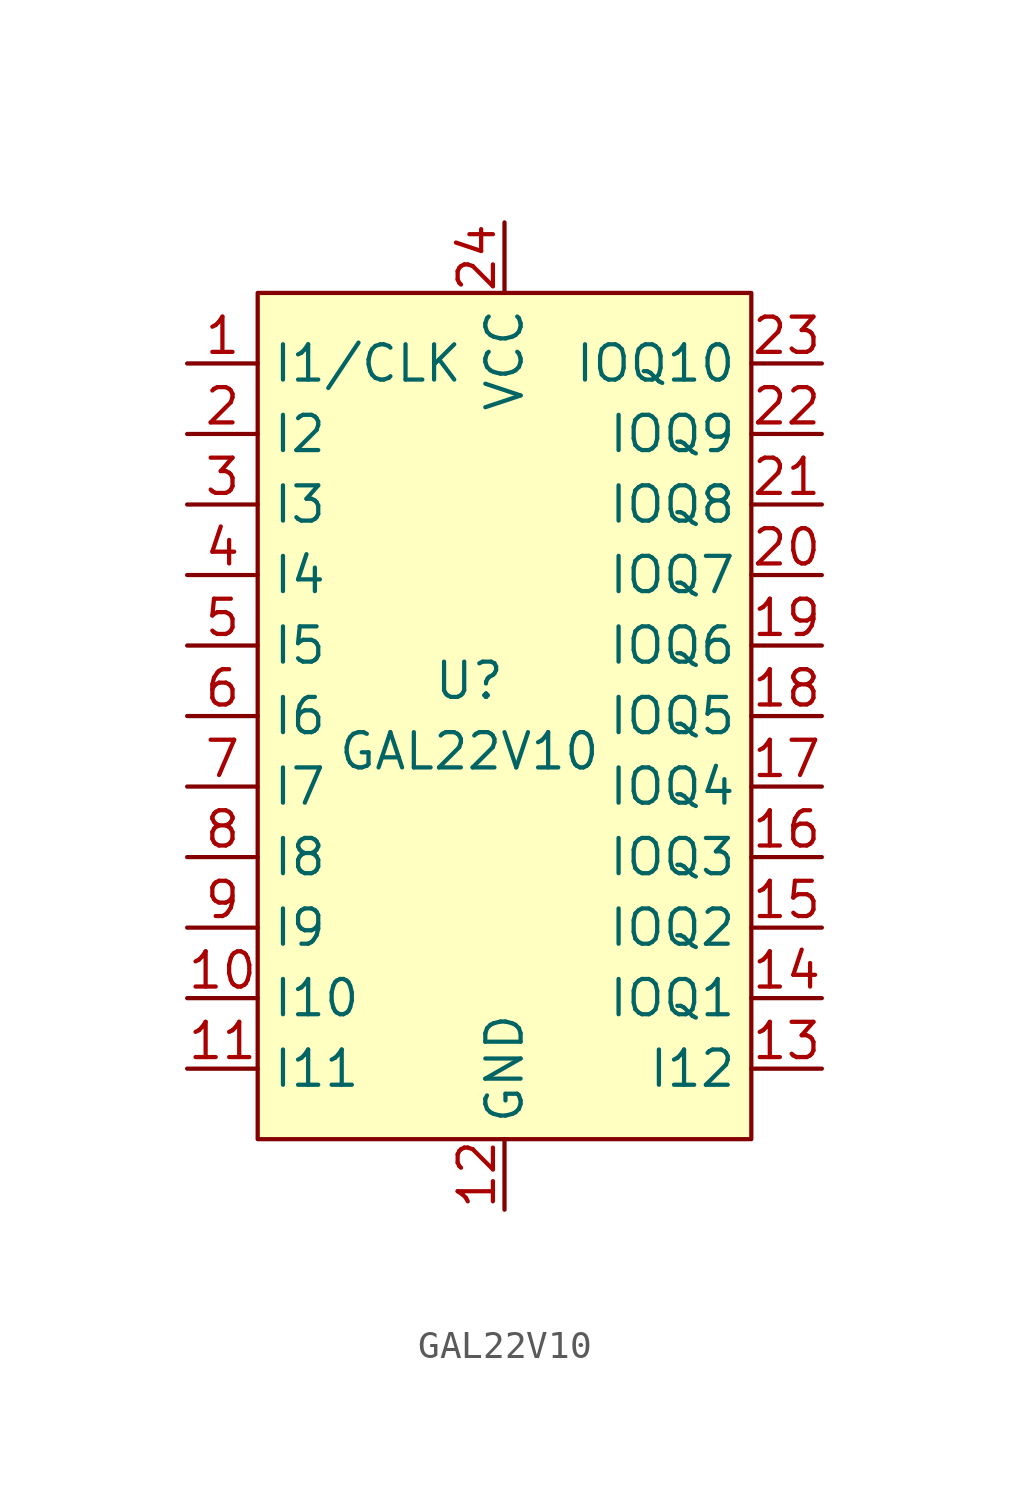
<source format=kicad_sym>
(kicad_symbol_lib
  (version 20211014)
  (generator kicad_symbol_editor)
  (symbol "GAL22V10"
    (property "Reference" "U"
      (at 1.27 -13.97 0)
      (effects (font (size 1.27 1.27))))
    (property "Value" "GAL22V10"
      (at 1.27 -16.51 0)
      (effects (font (size 1.27 1.27))))
    (symbol "GAL22V10_0_1"
      (rectangle (start -6.35 0) (end 11.43 -30.48) (stroke (width 0) (type default) (color 0 0 0 0)) (fill (type background))))
    (symbol "GAL22V10_1_1"
      (pin input line (at -8.89 -2.54 0) (length 2.54) (name "I1/CLK" (effects (font (size 1.27 1.27)))) (number "1" (effects (font (size 1.27 1.27)))) (alternate "CLK" input line))
      (pin input line (at -8.89 -25.4 0) (length 2.54) (name "I10" (effects (font (size 1.27 1.27)))) (number "10" (effects (font (size 1.27 1.27)))))
      (pin input line (at -8.89 -27.94 0) (length 2.54) (name "I11" (effects (font (size 1.27 1.27)))) (number "11" (effects (font (size 1.27 1.27)))))
      (pin power_in line (at 2.54 -33.02 90) (length 2.54) (name "GND" (effects (font (size 1.27 1.27)))) (number "12" (effects (font (size 1.27 1.27)))))
      (pin input line (at 13.97 -27.94 180) (length 2.54) (name "I12" (effects (font (size 1.27 1.27)))) (number "13" (effects (font (size 1.27 1.27)))))
      (pin tri_state line (at 13.97 -25.4 180) (length 2.54) (name "IOQ1" (effects (font (size 1.27 1.27)))) (number "14" (effects (font (size 1.27 1.27)))))
      (pin tri_state line (at 13.97 -22.86 180) (length 2.54) (name "IOQ2" (effects (font (size 1.27 1.27)))) (number "15" (effects (font (size 1.27 1.27)))))
      (pin tri_state line (at 13.97 -20.32 180) (length 2.54) (name "IOQ3" (effects (font (size 1.27 1.27)))) (number "16" (effects (font (size 1.27 1.27)))))
      (pin tri_state line (at 13.97 -17.78 180) (length 2.54) (name "IOQ4" (effects (font (size 1.27 1.27)))) (number "17" (effects (font (size 1.27 1.27)))))
      (pin tri_state line (at 13.97 -15.24 180) (length 2.54) (name "IOQ5" (effects (font (size 1.27 1.27)))) (number "18" (effects (font (size 1.27 1.27)))))
      (pin tri_state line (at 13.97 -12.7 180) (length 2.54) (name "IOQ6" (effects (font (size 1.27 1.27)))) (number "19" (effects (font (size 1.27 1.27)))))
      (pin input line (at -8.89 -5.08 0) (length 2.54) (name "I2" (effects (font (size 1.27 1.27)))) (number "2" (effects (font (size 1.27 1.27)))))
      (pin tri_state line (at 13.97 -10.16 180) (length 2.54) (name "IOQ7" (effects (font (size 1.27 1.27)))) (number "20" (effects (font (size 1.27 1.27)))))
      (pin tri_state line (at 13.97 -7.62 180) (length 2.54) (name "IOQ8" (effects (font (size 1.27 1.27)))) (number "21" (effects (font (size 1.27 1.27)))))
      (pin tri_state line (at 13.97 -5.08 180) (length 2.54) (name "IOQ9" (effects (font (size 1.27 1.27)))) (number "22" (effects (font (size 1.27 1.27)))))
      (pin tri_state line (at 13.97 -2.54 180) (length 2.54) (name "IOQ10" (effects (font (size 1.27 1.27)))) (number "23" (effects (font (size 1.27 1.27)))))
      (pin power_in line (at 2.54 2.54 270) (length 2.54) (name "VCC" (effects (font (size 1.27 1.27)))) (number "24" (effects (font (size 1.27 1.27)))))
      (pin input line (at -8.89 -7.62 0) (length 2.54) (name "I3" (effects (font (size 1.27 1.27)))) (number "3" (effects (font (size 1.27 1.27)))))
      (pin input line (at -8.89 -10.16 0) (length 2.54) (name "I4" (effects (font (size 1.27 1.27)))) (number "4" (effects (font (size 1.27 1.27)))))
      (pin input line (at -8.89 -12.7 0) (length 2.54) (name "I5" (effects (font (size 1.27 1.27)))) (number "5" (effects (font (size 1.27 1.27)))))
      (pin input line (at -8.89 -15.24 0) (length 2.54) (name "I6" (effects (font (size 1.27 1.27)))) (number "6" (effects (font (size 1.27 1.27)))))
      (pin input line (at -8.89 -17.78 0) (length 2.54) (name "I7" (effects (font (size 1.27 1.27)))) (number "7" (effects (font (size 1.27 1.27)))))
      (pin input line (at -8.89 -20.32 0) (length 2.54) (name "I8" (effects (font (size 1.27 1.27)))) (number "8" (effects (font (size 1.27 1.27)))))
      (pin input line (at -8.89 -22.86 0) (length 2.54) (name "I9" (effects (font (size 1.27 1.27)))) (number "9" (effects (font (size 1.27 1.27))))))))
</source>
